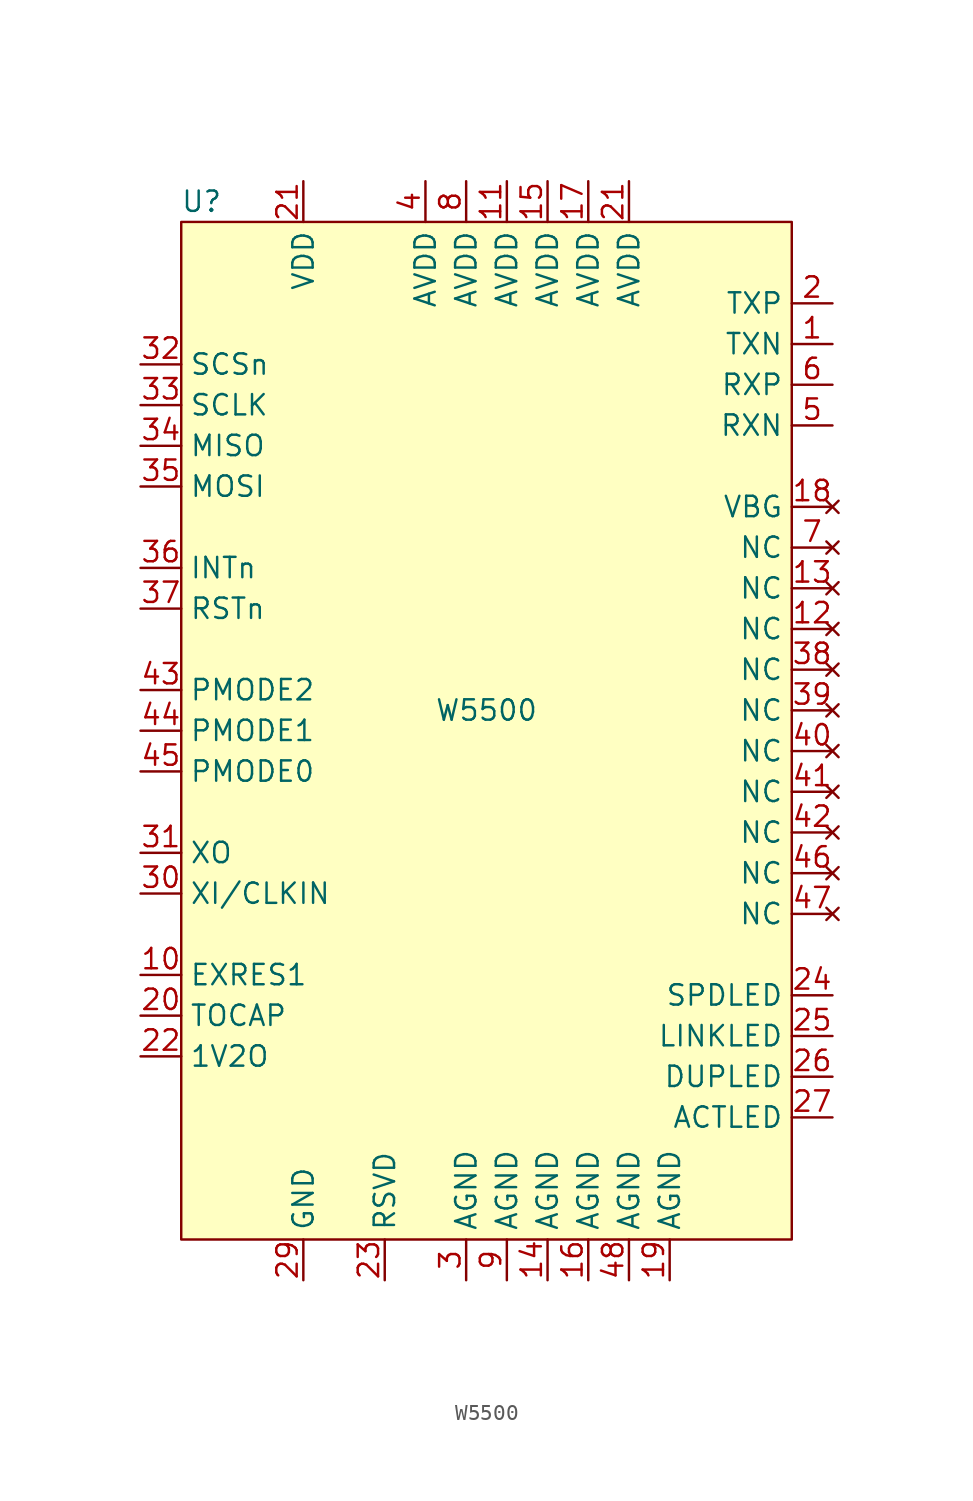
<source format=kicad_sym>
(kicad_symbol_lib
  (version 20211014)
  (generator kicad_symbol_editor)
  (symbol "W5500"
    (property "Reference" "U"
      (at 1.27 64.77 0)
      (effects (font (size 1.27 1.27))))
    (property "Value" "W5500"
      (at 19.05 33.02 0)
      (effects (font (size 1.27 1.27))))
    (symbol "W5500_0_0"
      (text "" (at -1.27 13.97 0) (effects (font (size 1.27 1.27)))))
    (symbol "W5500_0_1"
      (rectangle (start 0 63.5) (end 38.1 0) (stroke (width 0.152) (type default) (color 0 0 0 0)) (fill (type background))))
    (symbol "W5500_1_1"
      (pin bidirectional line (at 40.64 55.88 180) (length 2.54) (name "TXN" (effects (font (size 1.27 1.27)))) (number "1" (effects (font (size 1.27 1.27)))))
      (pin passive line (at -2.54 16.51 0) (length 2.54) (name "EXRES1" (effects (font (size 1.27 1.27)))) (number "10" (effects (font (size 1.27 1.27)))))
      (pin power_in line (at 20.32 66.04 270) (length 2.54) (name "AVDD" (effects (font (size 1.27 1.27)))) (number "11" (effects (font (size 1.27 1.27)))))
      (pin no_connect line (at 40.64 38.1 180) (length 2.54) (name "NC" (effects (font (size 1.27 1.27)))) (number "12" (effects (font (size 1.27 1.27)))))
      (pin no_connect line (at 40.64 40.64 180) (length 2.54) (name "NC" (effects (font (size 1.27 1.27)))) (number "13" (effects (font (size 1.27 1.27)))))
      (pin power_in line (at 22.86 -2.54 90) (length 2.54) (name "AGND" (effects (font (size 1.27 1.27)))) (number "14" (effects (font (size 1.27 1.27)))))
      (pin power_in line (at 22.86 66.04 270) (length 2.54) (name "AVDD" (effects (font (size 1.27 1.27)))) (number "15" (effects (font (size 1.27 1.27)))))
      (pin power_in line (at 25.4 -2.54 90) (length 2.54) (name "AGND" (effects (font (size 1.27 1.27)))) (number "16" (effects (font (size 1.27 1.27)))))
      (pin power_in line (at 25.4 66.04 270) (length 2.54) (name "AVDD" (effects (font (size 1.27 1.27)))) (number "17" (effects (font (size 1.27 1.27)))))
      (pin no_connect line (at 40.64 45.72 180) (length 2.54) (name "VBG" (effects (font (size 1.27 1.27)))) (number "18" (effects (font (size 1.27 1.27)))))
      (pin power_in line (at 30.48 -2.54 90) (length 2.54) (name "AGND" (effects (font (size 1.27 1.27)))) (number "19" (effects (font (size 1.27 1.27)))))
      (pin bidirectional line (at 40.64 58.42 180) (length 2.54) (name "TXP" (effects (font (size 1.27 1.27)))) (number "2" (effects (font (size 1.27 1.27)))))
      (pin passive line (at -2.54 13.97 0) (length 2.54) (name "TOCAP" (effects (font (size 1.27 1.27)))) (number "20" (effects (font (size 1.27 1.27)))))
      (pin power_in line (at 27.94 66.04 270) (length 2.54) (name "AVDD" (effects (font (size 1.27 1.27)))) (number "21" (effects (font (size 1.27 1.27)))))
      (pin power_in line (at 7.62 66.04 270) (length 2.54) (name "VDD" (effects (font (size 1.27 1.27)))) (number "21" (effects (font (size 1.27 1.27)))))
      (pin power_out line (at -2.54 11.43 0) (length 2.54) (name "1V2O" (effects (font (size 1.27 1.27)))) (number "22" (effects (font (size 1.27 1.27)))))
      (pin passive line (at 12.7 -2.54 90) (length 2.54) (name "RSVD" (effects (font (size 1.27 1.27)))) (number "23" (effects (font (size 1.27 1.27)))))
      (pin output line (at 40.64 15.24 180) (length 2.54) (name "SPDLED" (effects (font (size 1.27 1.27)))) (number "24" (effects (font (size 1.27 1.27)))))
      (pin output line (at 40.64 12.7 180) (length 2.54) (name "LINKLED" (effects (font (size 1.27 1.27)))) (number "25" (effects (font (size 1.27 1.27)))))
      (pin output line (at 40.64 10.16 180) (length 2.54) (name "DUPLED" (effects (font (size 1.27 1.27)))) (number "26" (effects (font (size 1.27 1.27)))))
      (pin output line (at 40.64 7.62 180) (length 2.54) (name "ACTLED" (effects (font (size 1.27 1.27)))) (number "27" (effects (font (size 1.27 1.27)))))
      (pin power_in line (at 7.62 -2.54 90) (length 2.54) (name "GND" (effects (font (size 1.27 1.27)))) (number "29" (effects (font (size 1.27 1.27)))))
      (pin power_in line (at 17.78 -2.54 90) (length 2.54) (name "AGND" (effects (font (size 1.27 1.27)))) (number "3" (effects (font (size 1.27 1.27)))))
      (pin input line (at -2.54 21.59 0) (length 2.54) (name "XI/CLKIN" (effects (font (size 1.27 1.27)))) (number "30" (effects (font (size 1.27 1.27)))))
      (pin output line (at -2.54 24.13 0) (length 2.54) (name "XO" (effects (font (size 1.27 1.27)))) (number "31" (effects (font (size 1.27 1.27)))))
      (pin input line (at -2.54 54.61 0) (length 2.54) (name "SCSn" (effects (font (size 1.27 1.27)))) (number "32" (effects (font (size 1.27 1.27)))))
      (pin input line (at -2.54 52.07 0) (length 2.54) (name "SCLK" (effects (font (size 1.27 1.27)))) (number "33" (effects (font (size 1.27 1.27)))))
      (pin output line (at -2.54 49.53 0) (length 2.54) (name "MISO" (effects (font (size 1.27 1.27)))) (number "34" (effects (font (size 1.27 1.27)))))
      (pin input line (at -2.54 46.99 0) (length 2.54) (name "MOSI" (effects (font (size 1.27 1.27)))) (number "35" (effects (font (size 1.27 1.27)))))
      (pin output line (at -2.54 41.91 0) (length 2.54) (name "INTn" (effects (font (size 1.27 1.27)))) (number "36" (effects (font (size 1.27 1.27)))))
      (pin input line (at -2.54 39.37 0) (length 2.54) (name "RSTn" (effects (font (size 1.27 1.27)))) (number "37" (effects (font (size 1.27 1.27)))))
      (pin no_connect line (at 40.64 35.56 180) (length 2.54) (name "NC" (effects (font (size 1.27 1.27)))) (number "38" (effects (font (size 1.27 1.27)))))
      (pin no_connect line (at 40.64 33.02 180) (length 2.54) (name "NC" (effects (font (size 1.27 1.27)))) (number "39" (effects (font (size 1.27 1.27)))))
      (pin power_in line (at 15.24 66.04 270) (length 2.54) (name "AVDD" (effects (font (size 1.27 1.27)))) (number "4" (effects (font (size 1.27 1.27)))))
      (pin no_connect line (at 40.64 30.48 180) (length 2.54) (name "NC" (effects (font (size 1.27 1.27)))) (number "40" (effects (font (size 1.27 1.27)))))
      (pin no_connect line (at 40.64 27.94 180) (length 2.54) (name "NC" (effects (font (size 1.27 1.27)))) (number "41" (effects (font (size 1.27 1.27)))))
      (pin no_connect line (at 40.64 25.4 180) (length 2.54) (name "NC" (effects (font (size 1.27 1.27)))) (number "42" (effects (font (size 1.27 1.27)))))
      (pin input line (at -2.54 34.29 0) (length 2.54) (name "PMODE2" (effects (font (size 1.27 1.27)))) (number "43" (effects (font (size 1.27 1.27)))))
      (pin input line (at -2.54 31.75 0) (length 2.54) (name "PMODE1" (effects (font (size 1.27 1.27)))) (number "44" (effects (font (size 1.27 1.27)))))
      (pin input line (at -2.54 29.21 0) (length 2.54) (name "PMODE0" (effects (font (size 1.27 1.27)))) (number "45" (effects (font (size 1.27 1.27)))))
      (pin no_connect line (at 40.64 22.86 180) (length 2.54) (name "NC" (effects (font (size 1.27 1.27)))) (number "46" (effects (font (size 1.27 1.27)))))
      (pin no_connect line (at 40.64 20.32 180) (length 2.54) (name "NC" (effects (font (size 1.27 1.27)))) (number "47" (effects (font (size 1.27 1.27)))))
      (pin power_in line (at 27.94 -2.54 90) (length 2.54) (name "AGND" (effects (font (size 1.27 1.27)))) (number "48" (effects (font (size 1.27 1.27)))))
      (pin bidirectional line (at 40.64 50.8 180) (length 2.54) (name "RXN" (effects (font (size 1.27 1.27)))) (number "5" (effects (font (size 1.27 1.27)))))
      (pin bidirectional line (at 40.64 53.34 180) (length 2.54) (name "RXP" (effects (font (size 1.27 1.27)))) (number "6" (effects (font (size 1.27 1.27)))))
      (pin no_connect line (at 40.64 43.18 180) (length 2.54) (name "NC" (effects (font (size 1.27 1.27)))) (number "7" (effects (font (size 1.27 1.27)))))
      (pin power_in line (at 17.78 66.04 270) (length 2.54) (name "AVDD" (effects (font (size 1.27 1.27)))) (number "8" (effects (font (size 1.27 1.27)))))
      (pin power_in line (at 20.32 -2.54 90) (length 2.54) (name "AGND" (effects (font (size 1.27 1.27)))) (number "9" (effects (font (size 1.27 1.27))))))))
</source>
